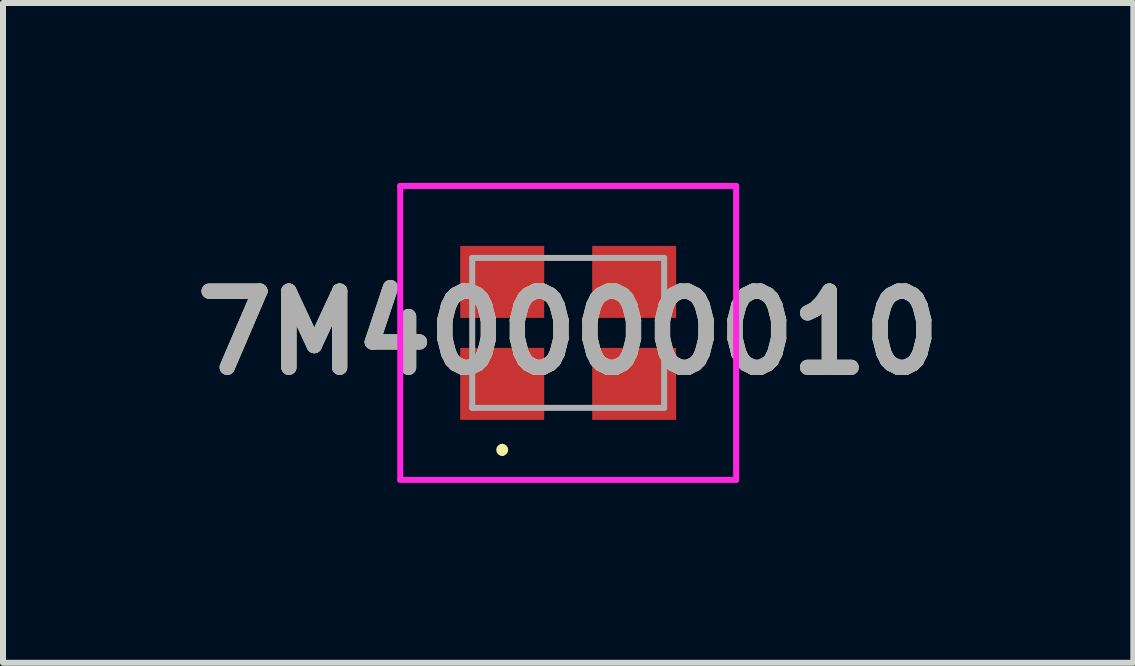
<source format=kicad_pcb>
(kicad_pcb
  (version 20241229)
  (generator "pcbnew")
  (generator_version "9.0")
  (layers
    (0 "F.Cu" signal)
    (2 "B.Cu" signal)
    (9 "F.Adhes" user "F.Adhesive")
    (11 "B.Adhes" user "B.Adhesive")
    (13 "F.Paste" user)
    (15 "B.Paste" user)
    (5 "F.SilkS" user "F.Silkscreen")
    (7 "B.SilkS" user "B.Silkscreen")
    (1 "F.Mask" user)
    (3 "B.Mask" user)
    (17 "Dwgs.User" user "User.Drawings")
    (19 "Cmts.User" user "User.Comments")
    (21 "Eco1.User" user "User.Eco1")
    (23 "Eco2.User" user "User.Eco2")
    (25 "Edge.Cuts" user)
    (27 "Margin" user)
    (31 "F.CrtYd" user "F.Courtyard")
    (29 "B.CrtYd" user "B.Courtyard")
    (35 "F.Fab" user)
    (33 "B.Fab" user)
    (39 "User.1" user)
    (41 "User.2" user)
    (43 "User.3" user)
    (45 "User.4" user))
  (footprint "7M40000010"
    (layer "F.Cu")
    (at 6.423 2.5)
    (property "Reference" "7M40000010" (at 0 0 0) (layer "F.SilkS") (effects (font (size 1.27 1.27) (thickness 0.254))))
    (attr smd)
    (fp_line (start -1.1 1.9) (end -1.1 1.9) (stroke (width 0.1) (type solid)) (layer "F.SilkS"))
    (fp_line (start -1.1 2) (end -1.1 2) (stroke (width 0.1) (type solid)) (layer "F.SilkS"))
    (fp_arc (start -1.1 1.9) (mid -1.05 1.95) (end -1.1 2) (stroke (width 0.1) (type solid)) (layer "F.SilkS"))
    (fp_arc (start -1.1 2) (mid -1.15 1.95) (end -1.1 1.9) (stroke (width 0.1) (type solid)) (layer "F.SilkS"))
    (fp_line (start -2.8 -2.45) (end 2.8 -2.45) (stroke (width 0.1) (type solid)) (layer "F.CrtYd"))
    (fp_line (start -2.8 2.45) (end -2.8 -2.45) (stroke (width 0.1) (type solid)) (layer "F.CrtYd"))
    (fp_line (start 2.8 -2.45) (end 2.8 2.45) (stroke (width 0.1) (type solid)) (layer "F.CrtYd"))
    (fp_line (start 2.8 2.45) (end -2.8 2.45) (stroke (width 0.1) (type solid)) (layer "F.CrtYd"))
    (fp_line (start -1.6 -1.25) (end 1.6 -1.25) (stroke (width 0.1) (type solid)) (layer "F.Fab"))
    (fp_line (start -1.6 1.25) (end -1.6 -1.25) (stroke (width 0.1) (type solid)) (layer "F.Fab"))
    (fp_line (start 1.6 -1.25) (end 1.6 1.25) (stroke (width 0.1) (type solid)) (layer "F.Fab"))
    (fp_line (start 1.6 1.25) (end -1.6 1.25) (stroke (width 0.1) (type solid)) (layer "F.Fab"))
    (fp_text user "${REFERENCE}" (at 0 0 0) (layer "F.Fab") (effects (font (size 1.27 1.27) (thickness 0.254))))
    (pad "1" smd rect (at -1.1 0.85 90) (size 1.2 1.4) (layers "F.Cu" "F.Mask" "F.Paste"))
    (pad "2" smd rect (at 1.1 0.85 90) (size 1.2 1.4) (layers "F.Cu" "F.Mask" "F.Paste"))
    (pad "3" smd rect (at 1.1 -0.85 90) (size 1.2 1.4) (layers "F.Cu" "F.Mask" "F.Paste"))
    (pad "4" smd rect (at -1.1 -0.85 90) (size 1.2 1.4) (layers "F.Cu" "F.Mask" "F.Paste")))
  (gr_rect
    (start -3 -3)
    (end 15.845 8)
    (stroke (width 0.1) (type default))
    (fill no)
    (layer "Edge.Cuts")))
</source>
